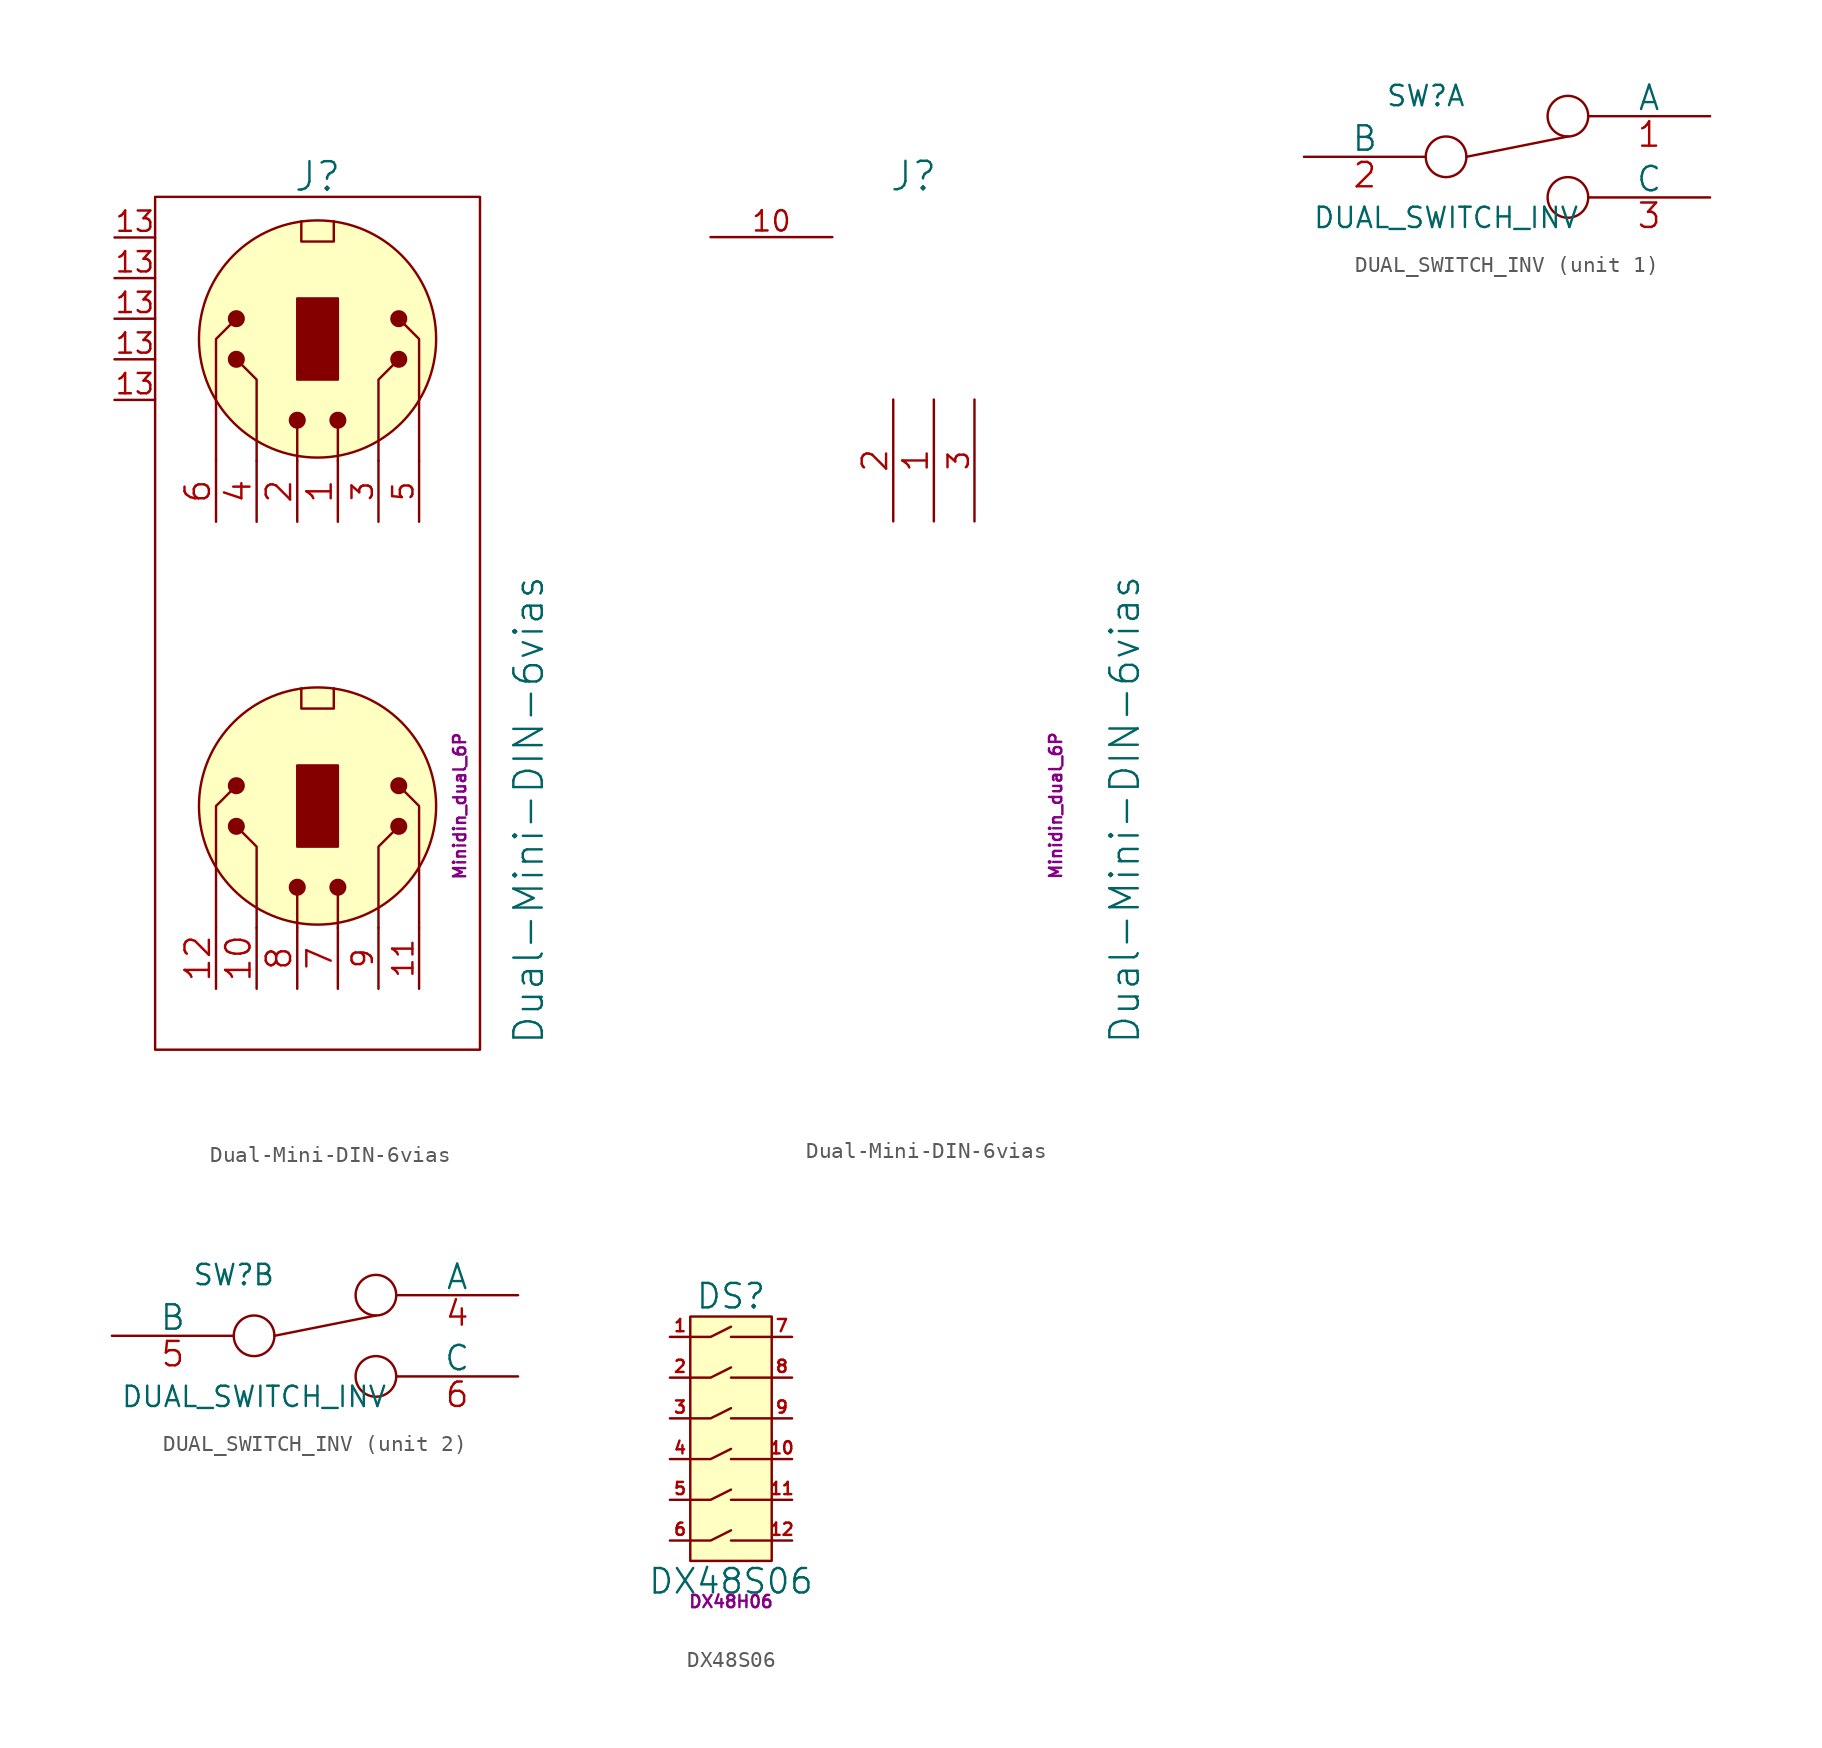
<source format=kicad_sym>
(kicad_symbol_lib
  (version 20220914)
  (generator kicad_symbol_editor)
  (symbol "Dual-Mini-DIN-6vias"
    (pin_names
      (offset 1.016) hide)
    (property "Reference" "J"
      (at 0 26.67 0)
      (effects (font (size 1.778 1.778))))
    (property "Value" "Dual-Mini-DIN-6vias"
      (at 13.208 -12.954 90)
      (effects (font (size 1.778 1.778))))
    (property "Footprint" "Minidin_dual_6P"
      (at 8.89 -12.7 90)
      (effects (font (size 0.762 0.762))))
    (property "Datasheet" ""
      (at 0 0 0)
      (effects (font (size 1.524 1.524))))
    (symbol "Dual-Mini-DIN-6vias_0_1"
      (rectangle (start -10.16 25.4) (end 10.16 -27.94) (stroke (width 0) (type default)) (fill (type none)))
      (circle (center -5.08 -13.97) (radius 0.457) (stroke (width 0) (type default)) (fill (type outline)))
      (circle (center -5.08 -11.43) (radius 0.457) (stroke (width 0) (type default)) (fill (type outline)))
      (circle (center -5.08 15.24) (radius 0.457) (stroke (width 0) (type default)) (fill (type outline)))
      (circle (center -5.08 17.78) (radius 0.457) (stroke (width 0) (type default)) (fill (type outline)))
      (circle (center -1.27 -17.78) (radius 0.457) (stroke (width 0) (type default)) (fill (type outline)))
      (rectangle (start -1.27 -10.16) (end 1.27 -15.24) (stroke (width 0) (type default)) (fill (type outline)))
      (circle (center -1.27 11.43) (radius 0.457) (stroke (width 0) (type default)) (fill (type outline)))
      (rectangle (start -1.27 19.05) (end 1.27 13.97) (stroke (width 0) (type default)) (fill (type outline)))
      (circle (center 0 -12.7) (radius 7.417) (stroke (width 0) (type default)) (fill (type background)))
      (polyline (pts (xy -1.27 -20.32) (xy -1.27 -17.78)) (stroke (width 0) (type default)) (fill (type none)))
      (polyline (pts (xy -1.27 8.89) (xy -1.27 11.43)) (stroke (width 0) (type default)) (fill (type none)))
      (polyline (pts (xy 1.27 -20.32) (xy 1.27 -17.78)) (stroke (width 0) (type default)) (fill (type none)))
      (polyline (pts (xy 1.27 8.89) (xy 1.27 11.43)) (stroke (width 0) (type default)) (fill (type none)))
      (polyline (pts (xy -6.35 -20.32) (xy -6.35 -12.7) (xy -5.08 -11.43)) (stroke (width 0) (type default)) (fill (type none)))
      (polyline (pts (xy -6.35 8.89) (xy -6.35 16.51) (xy -5.08 17.78)) (stroke (width 0) (type default)) (fill (type none)))
      (polyline (pts (xy -3.81 -20.32) (xy -3.81 -15.24) (xy -5.08 -13.97)) (stroke (width 0) (type default)) (fill (type none)))
      (polyline (pts (xy -3.81 8.89) (xy -3.81 13.97) (xy -5.08 15.24)) (stroke (width 0) (type default)) (fill (type none)))
      (polyline (pts (xy 3.81 -20.32) (xy 3.81 -15.24) (xy 5.08 -13.97)) (stroke (width 0) (type default)) (fill (type none)))
      (polyline (pts (xy 3.81 8.89) (xy 3.81 13.97) (xy 5.08 15.24)) (stroke (width 0) (type default)) (fill (type none)))
      (polyline (pts (xy 6.35 -20.32) (xy 6.35 -12.7) (xy 5.08 -11.43)) (stroke (width 0) (type default)) (fill (type none)))
      (polyline (pts (xy 6.35 8.89) (xy 6.35 16.51) (xy 5.08 17.78)) (stroke (width 0) (type default)) (fill (type none)))
      (polyline (pts (xy -1.016 -5.334) (xy -1.016 -6.604) (xy 1.016 -6.604) (xy 1.016 -5.334)) (stroke (width 0) (type default)) (fill (type none)))
      (polyline (pts (xy -1.016 23.876) (xy -1.016 22.606) (xy 1.016 22.606) (xy 1.016 23.876)) (stroke (width 0) (type default)) (fill (type none)))
      (circle (center 0 16.51) (radius 7.417) (stroke (width 0) (type default)) (fill (type background)))
      (circle (center 1.27 -17.78) (radius 0.457) (stroke (width 0) (type default)) (fill (type outline)))
      (circle (center 1.27 11.43) (radius 0.457) (stroke (width 0) (type default)) (fill (type outline)))
      (circle (center 5.08 -13.97) (radius 0.457) (stroke (width 0) (type default)) (fill (type outline)))
      (circle (center 5.08 -11.43) (radius 0.457) (stroke (width 0) (type default)) (fill (type outline)))
      (circle (center 5.08 15.24) (radius 0.457) (stroke (width 0) (type default)) (fill (type outline)))
      (circle (center 5.08 17.78) (radius 0.457) (stroke (width 0) (type default)) (fill (type outline))))
    (symbol "Dual-Mini-DIN-6vias_1_1"
      (pin bidirectional line (at 1.27 5.08 90) (length 3.81) (name "~" (effects (font (size 1.524 1.524)))) (number "1" (effects (font (size 1.524 1.524)))))
      (pin bidirectional line (at -3.81 -24.13 90) (length 3.81) (name "~" (effects (font (size 1.524 1.524)))) (number "10" (effects (font (size 1.524 1.524)))))
      (pin input line (at 6.35 -24.13 90) (length 3.81) (name "~" (effects (font (size 1.27 1.27)))) (number "11" (effects (font (size 1.27 1.27)))))
      (pin bidirectional line (at -6.35 -24.13 90) (length 3.81) (name "~" (effects (font (size 1.524 1.524)))) (number "12" (effects (font (size 1.524 1.524)))))
      (pin input line (at -12.7 12.7 0) (length 2.54) (name "S" (effects (font (size 1.27 1.27)))) (number "13" (effects (font (size 1.27 1.27)))))
      (pin input line (at -12.7 15.24 0) (length 2.54) (name "S" (effects (font (size 1.27 1.27)))) (number "13" (effects (font (size 1.27 1.27)))))
      (pin input line (at -12.7 17.78 0) (length 2.54) (name "S" (effects (font (size 1.27 1.27)))) (number "13" (effects (font (size 1.27 1.27)))))
      (pin input line (at -12.7 20.32 0) (length 2.54) (name "S" (effects (font (size 1.27 1.27)))) (number "13" (effects (font (size 1.27 1.27)))))
      (pin input line (at -12.7 22.86 0) (length 2.54) (name "S" (effects (font (size 1.27 1.27)))) (number "13" (effects (font (size 1.27 1.27)))))
      (pin bidirectional line (at -1.27 5.08 90) (length 3.81) (name "~" (effects (font (size 1.524 1.524)))) (number "2" (effects (font (size 1.524 1.524)))))
      (pin input line (at 3.81 5.08 90) (length 3.81) (name "~" (effects (font (size 1.27 1.27)))) (number "3" (effects (font (size 1.27 1.27)))))
      (pin bidirectional line (at -3.81 5.08 90) (length 3.81) (name "~" (effects (font (size 1.524 1.524)))) (number "4" (effects (font (size 1.524 1.524)))))
      (pin input line (at 6.35 5.08 90) (length 3.81) (name "~" (effects (font (size 1.27 1.27)))) (number "5" (effects (font (size 1.27 1.27)))))
      (pin bidirectional line (at -6.35 5.08 90) (length 3.81) (name "~" (effects (font (size 1.524 1.524)))) (number "6" (effects (font (size 1.524 1.524)))))
      (pin bidirectional line (at 1.27 -24.13 90) (length 3.81) (name "~" (effects (font (size 1.524 1.524)))) (number "7" (effects (font (size 1.524 1.524)))))
      (pin bidirectional line (at -1.27 -24.13 90) (length 3.81) (name "~" (effects (font (size 1.524 1.524)))) (number "8" (effects (font (size 1.524 1.524)))))
      (pin input line (at 3.81 -24.13 90) (length 3.81) (name "~" (effects (font (size 1.27 1.27)))) (number "9" (effects (font (size 1.27 1.27))))))
    (symbol "Dual-Mini-DIN-6vias_1_2"
      (pin bidirectional line (at 1.27 5.08 90) (length 7.62) (name "~" (effects (font (size 1.524 1.524)))) (number "1" (effects (font (size 1.524 1.524)))))
      (pin input line (at -12.7 22.86 0) (length 7.62) (name "S" (effects (font (size 1.27 1.27)))) (number "10" (effects (font (size 1.27 1.27)))))
      (pin bidirectional line (at -1.27 5.08 90) (length 7.62) (name "~" (effects (font (size 1.524 1.524)))) (number "2" (effects (font (size 1.524 1.524)))))
      (pin input line (at 3.81 5.08 90) (length 7.62) (name "~" (effects (font (size 1.27 1.27)))) (number "3" (effects (font (size 1.27 1.27)))))))
  (symbol "DUAL_SWITCH_INV"
    (pin_names
      (offset 0))
    (property "Reference" "SW"
      (at -5.08 3.81 0)
      (effects (font (size 1.27 1.27))))
    (property "Value" "DUAL_SWITCH_INV"
      (at -3.81 -3.81 0)
      (effects (font (size 1.27 1.27))))
    (property "Footprint" ""
      (at 0 0 0)
      (effects (font (size 1.524 1.524))))
    (property "Datasheet" ""
      (at 0 0 0)
      (effects (font (size 1.524 1.524))))
    (symbol "DUAL_SWITCH_INV_0_0"
      (circle (center -3.81 0) (radius 1.27) (stroke (width 0) (type default)) (fill (type none)))
      (circle (center 3.81 -2.54) (radius 1.27) (stroke (width 0) (type default)) (fill (type none))))
    (symbol "DUAL_SWITCH_INV_0_1"
      (polyline (pts (xy -2.54 0) (xy 3.81 1.27)) (stroke (width 0) (type default)) (fill (type none)))
      (circle (center 3.81 2.54) (radius 1.27) (stroke (width 0) (type default)) (fill (type none))))
    (symbol "DUAL_SWITCH_INV_1_1"
      (pin passive line (at 12.7 2.54 180) (length 7.62) (name "A" (effects (font (size 1.524 1.524)))) (number "1" (effects (font (size 1.524 1.524)))))
      (pin passive line (at -12.7 0 0) (length 7.62) (name "B" (effects (font (size 1.524 1.524)))) (number "2" (effects (font (size 1.524 1.524)))))
      (pin passive line (at 12.7 -2.54 180) (length 7.62) (name "C" (effects (font (size 1.524 1.524)))) (number "3" (effects (font (size 1.524 1.524))))))
    (symbol "DUAL_SWITCH_INV_2_1"
      (pin passive line (at 12.7 2.54 180) (length 7.62) (name "A" (effects (font (size 1.524 1.524)))) (number "4" (effects (font (size 1.524 1.524)))))
      (pin passive line (at -12.7 0 0) (length 7.62) (name "B" (effects (font (size 1.524 1.524)))) (number "5" (effects (font (size 1.524 1.524)))))
      (pin passive line (at 12.7 -2.54 180) (length 7.62) (name "C" (effects (font (size 1.524 1.524)))) (number "6" (effects (font (size 1.524 1.524)))))))
  (symbol "DX48S06"
    (pin_names
      (offset 0.254))
    (property "Reference" "DS"
      (at 0 8.89 0)
      (effects (font (size 1.524 1.524))))
    (property "Value" "DX48S06"
      (at 0 -8.89 0)
      (effects (font (size 1.524 1.524))))
    (property "Footprint" "DX48H06"
      (at 0 -10.16 0)
      (effects (font (size 0.762 0.762))))
    (property "Datasheet" ""
      (at 0 0 0)
      (effects (font (size 1.524 1.524))))
    (symbol "DX48S06_0_1"
      (rectangle (start -2.54 7.62) (end 2.54 -7.62) (stroke (width 0) (type default)) (fill (type background)))
      (polyline (pts (xy 0 -6.35) (xy 2.54 -6.35)) (stroke (width 0) (type default)) (fill (type none)))
      (polyline (pts (xy 0 -3.81) (xy 2.54 -3.81)) (stroke (width 0) (type default)) (fill (type none)))
      (polyline (pts (xy 0 -1.27) (xy 2.54 -1.27)) (stroke (width 0) (type default)) (fill (type none)))
      (polyline (pts (xy 0 1.27) (xy 2.54 1.27)) (stroke (width 0) (type default)) (fill (type none)))
      (polyline (pts (xy 0 3.81) (xy 2.54 3.81)) (stroke (width 0) (type default)) (fill (type none)))
      (polyline (pts (xy 0 6.35) (xy 2.54 6.35)) (stroke (width 0) (type default)) (fill (type none)))
      (polyline (pts (xy -2.54 -6.35) (xy -1.27 -6.35) (xy 0 -5.715)) (stroke (width 0) (type default)) (fill (type none)))
      (polyline (pts (xy -2.54 -3.81) (xy -1.27 -3.81) (xy 0 -3.175)) (stroke (width 0) (type default)) (fill (type none)))
      (polyline (pts (xy -2.54 -1.27) (xy -1.27 -1.27) (xy 0 -0.635)) (stroke (width 0) (type default)) (fill (type none)))
      (polyline (pts (xy -2.54 1.27) (xy -1.27 1.27) (xy 0 1.905)) (stroke (width 0) (type default)) (fill (type none)))
      (polyline (pts (xy -2.54 3.81) (xy -1.27 3.81) (xy 0 4.445)) (stroke (width 0) (type default)) (fill (type none)))
      (polyline (pts (xy -2.54 6.35) (xy -1.27 6.35) (xy 0 6.985)) (stroke (width 0) (type default)) (fill (type none))))
    (symbol "DX48S06_1_1"
      (pin input line (at -3.81 6.35 0) (length 1.27) (name "~" (effects (font (size 1.016 1.016)))) (number "1" (effects (font (size 0.762 0.762)))))
      (pin input line (at 3.81 -1.27 180) (length 1.27) (name "~" (effects (font (size 1.016 1.016)))) (number "10" (effects (font (size 0.762 0.762)))))
      (pin input line (at 3.81 -3.81 180) (length 1.27) (name "~" (effects (font (size 1.016 1.016)))) (number "11" (effects (font (size 0.762 0.762)))))
      (pin input line (at 3.81 -6.35 180) (length 1.27) (name "~" (effects (font (size 1.016 1.016)))) (number "12" (effects (font (size 0.762 0.762)))))
      (pin input line (at -3.81 3.81 0) (length 1.27) (name "~" (effects (font (size 1.016 1.016)))) (number "2" (effects (font (size 0.762 0.762)))))
      (pin input line (at -3.81 1.27 0) (length 1.27) (name "~" (effects (font (size 1.016 1.016)))) (number "3" (effects (font (size 0.762 0.762)))))
      (pin input line (at -3.81 -1.27 0) (length 1.27) (name "~" (effects (font (size 1.016 1.016)))) (number "4" (effects (font (size 0.762 0.762)))))
      (pin input line (at -3.81 -3.81 0) (length 1.27) (name "~" (effects (font (size 1.016 1.016)))) (number "5" (effects (font (size 0.762 0.762)))))
      (pin input line (at -3.81 -6.35 0) (length 1.27) (name "~" (effects (font (size 1.016 1.016)))) (number "6" (effects (font (size 0.762 0.762)))))
      (pin input line (at 3.81 6.35 180) (length 1.27) (name "~" (effects (font (size 1.016 1.016)))) (number "7" (effects (font (size 0.762 0.762)))))
      (pin input line (at 3.81 3.81 180) (length 1.27) (name "~" (effects (font (size 1.016 1.016)))) (number "8" (effects (font (size 0.762 0.762)))))
      (pin input line (at 3.81 1.27 180) (length 1.27) (name "~" (effects (font (size 1.016 1.016)))) (number "9" (effects (font (size 0.762 0.762))))))))
</source>
